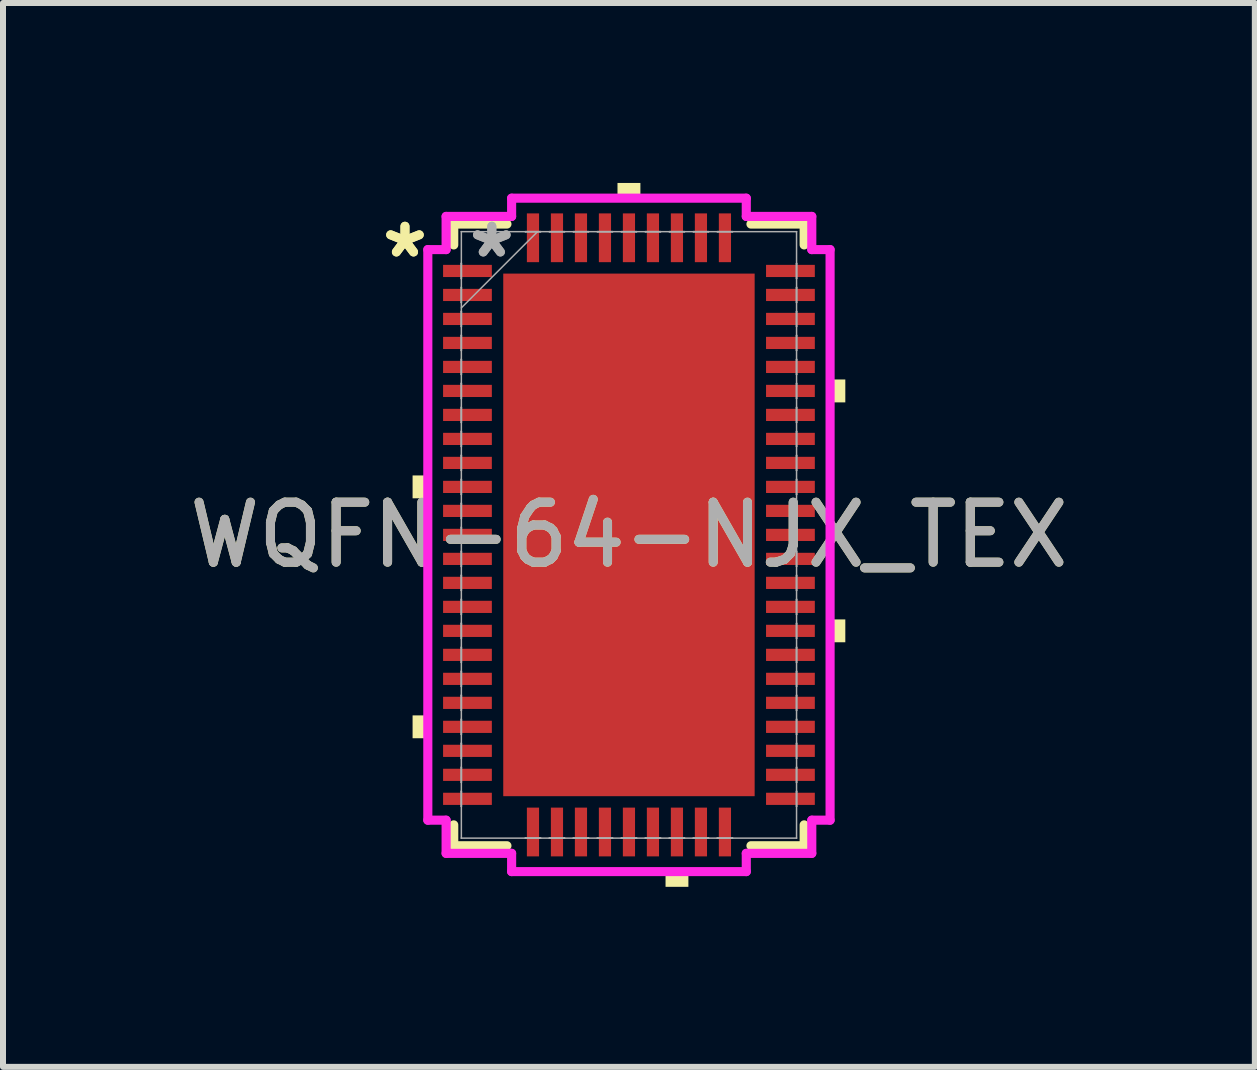
<source format=kicad_pcb>
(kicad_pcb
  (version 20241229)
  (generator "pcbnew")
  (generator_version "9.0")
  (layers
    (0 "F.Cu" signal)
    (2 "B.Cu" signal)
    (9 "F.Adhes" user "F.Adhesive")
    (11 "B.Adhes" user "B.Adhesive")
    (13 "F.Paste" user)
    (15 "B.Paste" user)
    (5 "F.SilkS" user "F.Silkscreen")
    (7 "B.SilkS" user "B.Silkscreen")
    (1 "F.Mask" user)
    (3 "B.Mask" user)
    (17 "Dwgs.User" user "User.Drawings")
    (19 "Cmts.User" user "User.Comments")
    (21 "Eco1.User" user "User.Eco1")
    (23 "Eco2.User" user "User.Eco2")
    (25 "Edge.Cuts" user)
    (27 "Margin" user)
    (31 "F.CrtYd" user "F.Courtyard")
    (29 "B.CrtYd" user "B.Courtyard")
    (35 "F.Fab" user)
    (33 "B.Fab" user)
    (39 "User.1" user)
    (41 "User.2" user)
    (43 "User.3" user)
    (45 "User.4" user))
  (footprint "WQFN-64-NJX_TEX"
    (layer "F.Cu")
    (at 7.435 5.867)
    (property "Reference" "WQFN-64-NJX_TEX" (at 0 0 0) (unlocked yes) (layer "F.SilkS") (effects (font (size 1 1) (thickness 0.15))))
    (attr smd)
    (fp_line (start -2.921 -5.182) (end -2.921 -4.834) (stroke (width 0.152) (type solid)) (layer "F.SilkS"))
    (fp_line (start -2.921 4.834) (end -2.921 5.182) (stroke (width 0.152) (type solid)) (layer "F.SilkS"))
    (fp_line (start -2.921 5.182) (end -2.034 5.182) (stroke (width 0.152) (type solid)) (layer "F.SilkS"))
    (fp_line (start -2.034 -5.182) (end -2.921 -5.182) (stroke (width 0.152) (type solid)) (layer "F.SilkS"))
    (fp_line (start 2.034 5.182) (end 2.921 5.182) (stroke (width 0.152) (type solid)) (layer "F.SilkS"))
    (fp_line (start 2.921 -5.182) (end 2.034 -5.182) (stroke (width 0.152) (type solid)) (layer "F.SilkS"))
    (fp_line (start 2.921 -4.834) (end 2.921 -5.182) (stroke (width 0.152) (type solid)) (layer "F.SilkS"))
    (fp_line (start 2.921 5.182) (end 2.921 4.834) (stroke (width 0.152) (type solid)) (layer "F.SilkS"))
    (fp_poly (pts (xy -3.607 -0.991) (xy -3.607 -0.61) (xy -3.353 -0.61) (xy -3.353 -0.991)) (stroke (width 0) (type solid)) (fill yes) (layer "F.SilkS"))
    (fp_poly (pts (xy -3.607 3.009) (xy -3.607 3.39) (xy -3.353 3.39) (xy -3.353 3.009)) (stroke (width 0) (type solid)) (fill yes) (layer "F.SilkS"))
    (fp_poly (pts (xy -0.191 -5.613) (xy -0.191 -5.867) (xy 0.191 -5.867) (xy 0.191 -5.613)) (stroke (width 0) (type solid)) (fill yes) (layer "F.SilkS"))
    (fp_poly (pts (xy 0.61 5.613) (xy 0.61 5.867) (xy 0.991 5.867) (xy 0.991 5.613)) (stroke (width 0) (type solid)) (fill yes) (layer "F.SilkS"))
    (fp_poly (pts (xy 3.607 -2.591) (xy 3.607 -2.209) (xy 3.353 -2.209) (xy 3.353 -2.591)) (stroke (width 0) (type solid)) (fill yes) (layer "F.SilkS"))
    (fp_poly (pts (xy 3.607 1.409) (xy 3.607 1.79) (xy 3.353 1.79) (xy 3.353 1.409)) (stroke (width 0) (type solid)) (fill yes) (layer "F.SilkS"))
    (fp_poly (pts (xy -1.996 -4.256) (xy -1.996 -3.004) (xy -0.798 -3.004) (xy -0.798 -4.256)) (stroke (width 0) (type solid)) (fill yes) (layer "F.Paste"))
    (fp_poly (pts (xy -1.996 -2.804) (xy -1.996 -1.552) (xy -0.798 -1.552) (xy -0.798 -2.804)) (stroke (width 0) (type solid)) (fill yes) (layer "F.Paste"))
    (fp_poly (pts (xy -1.996 -1.352) (xy -1.996 -0.1) (xy -0.798 -0.1) (xy -0.798 -1.352)) (stroke (width 0) (type solid)) (fill yes) (layer "F.Paste"))
    (fp_poly (pts (xy -1.996 0.1) (xy -1.996 1.352) (xy -0.798 1.352) (xy -0.798 0.1)) (stroke (width 0) (type solid)) (fill yes) (layer "F.Paste"))
    (fp_poly (pts (xy -1.996 1.552) (xy -1.996 2.804) (xy -0.798 2.804) (xy -0.798 1.552)) (stroke (width 0) (type solid)) (fill yes) (layer "F.Paste"))
    (fp_poly (pts (xy -1.996 3.004) (xy -1.996 4.256) (xy -0.798 4.256) (xy -0.798 3.004)) (stroke (width 0) (type solid)) (fill yes) (layer "F.Paste"))
    (fp_poly (pts (xy -0.599 -4.256) (xy -0.599 -3.004) (xy 0.599 -3.004) (xy 0.599 -4.256)) (stroke (width 0) (type solid)) (fill yes) (layer "F.Paste"))
    (fp_poly (pts (xy -0.599 -2.804) (xy -0.599 -1.552) (xy 0.599 -1.552) (xy 0.599 -2.804)) (stroke (width 0) (type solid)) (fill yes) (layer "F.Paste"))
    (fp_poly (pts (xy -0.599 -1.352) (xy -0.599 -0.1) (xy 0.599 -0.1) (xy 0.599 -1.352)) (stroke (width 0) (type solid)) (fill yes) (layer "F.Paste"))
    (fp_poly (pts (xy -0.599 0.1) (xy -0.599 1.352) (xy 0.599 1.352) (xy 0.599 0.1)) (stroke (width 0) (type solid)) (fill yes) (layer "F.Paste"))
    (fp_poly (pts (xy -0.599 1.552) (xy -0.599 2.804) (xy 0.599 2.804) (xy 0.599 1.552)) (stroke (width 0) (type solid)) (fill yes) (layer "F.Paste"))
    (fp_poly (pts (xy -0.599 3.004) (xy -0.599 4.256) (xy 0.599 4.256) (xy 0.599 3.004)) (stroke (width 0) (type solid)) (fill yes) (layer "F.Paste"))
    (fp_poly (pts (xy 0.798 -4.256) (xy 0.798 -3.004) (xy 1.996 -3.004) (xy 1.996 -4.256)) (stroke (width 0) (type solid)) (fill yes) (layer "F.Paste"))
    (fp_poly (pts (xy 0.798 -2.804) (xy 0.798 -1.552) (xy 1.996 -1.552) (xy 1.996 -2.804)) (stroke (width 0) (type solid)) (fill yes) (layer "F.Paste"))
    (fp_poly (pts (xy 0.798 -1.352) (xy 0.798 -0.1) (xy 1.996 -0.1) (xy 1.996 -1.352)) (stroke (width 0) (type solid)) (fill yes) (layer "F.Paste"))
    (fp_poly (pts (xy 0.798 0.1) (xy 0.798 1.352) (xy 1.996 1.352) (xy 1.996 0.1)) (stroke (width 0) (type solid)) (fill yes) (layer "F.Paste"))
    (fp_poly (pts (xy 0.798 1.552) (xy 0.798 2.804) (xy 1.996 2.804) (xy 1.996 1.552)) (stroke (width 0) (type solid)) (fill yes) (layer "F.Paste"))
    (fp_poly (pts (xy 0.798 3.004) (xy 0.798 4.256) (xy 1.996 4.256) (xy 1.996 3.004)) (stroke (width 0) (type solid)) (fill yes) (layer "F.Paste"))
    (fp_line (start -3.353 -4.756) (end -3.048 -4.756) (stroke (width 0.152) (type solid)) (layer "F.CrtYd"))
    (fp_line (start -3.353 4.756) (end -3.353 -4.756) (stroke (width 0.152) (type solid)) (layer "F.CrtYd"))
    (fp_line (start -3.048 -5.309) (end -1.956 -5.309) (stroke (width 0.152) (type solid)) (layer "F.CrtYd"))
    (fp_line (start -3.048 -4.756) (end -3.048 -5.309) (stroke (width 0.152) (type solid)) (layer "F.CrtYd"))
    (fp_line (start -3.048 4.756) (end -3.353 4.756) (stroke (width 0.152) (type solid)) (layer "F.CrtYd"))
    (fp_line (start -3.048 5.309) (end -3.048 4.756) (stroke (width 0.152) (type solid)) (layer "F.CrtYd"))
    (fp_line (start -1.956 -5.613) (end 1.956 -5.613) (stroke (width 0.152) (type solid)) (layer "F.CrtYd"))
    (fp_line (start -1.956 -5.309) (end -1.956 -5.613) (stroke (width 0.152) (type solid)) (layer "F.CrtYd"))
    (fp_line (start -1.956 5.309) (end -3.048 5.309) (stroke (width 0.152) (type solid)) (layer "F.CrtYd"))
    (fp_line (start -1.956 5.613) (end -1.956 5.309) (stroke (width 0.152) (type solid)) (layer "F.CrtYd"))
    (fp_line (start 1.956 -5.613) (end 1.956 -5.309) (stroke (width 0.152) (type solid)) (layer "F.CrtYd"))
    (fp_line (start 1.956 -5.309) (end 3.048 -5.309) (stroke (width 0.152) (type solid)) (layer "F.CrtYd"))
    (fp_line (start 1.956 5.309) (end 1.956 5.613) (stroke (width 0.152) (type solid)) (layer "F.CrtYd"))
    (fp_line (start 1.956 5.613) (end -1.956 5.613) (stroke (width 0.152) (type solid)) (layer "F.CrtYd"))
    (fp_line (start 3.048 -5.309) (end 3.048 -4.756) (stroke (width 0.152) (type solid)) (layer "F.CrtYd"))
    (fp_line (start 3.048 -4.756) (end 3.353 -4.756) (stroke (width 0.152) (type solid)) (layer "F.CrtYd"))
    (fp_line (start 3.048 4.756) (end 3.048 5.309) (stroke (width 0.152) (type solid)) (layer "F.CrtYd"))
    (fp_line (start 3.048 5.309) (end 1.956 5.309) (stroke (width 0.152) (type solid)) (layer "F.CrtYd"))
    (fp_line (start 3.353 -4.756) (end 3.353 4.756) (stroke (width 0.152) (type solid)) (layer "F.CrtYd"))
    (fp_line (start 3.353 4.756) (end 3.048 4.756) (stroke (width 0.152) (type solid)) (layer "F.CrtYd"))
    (fp_line (start -2.794 -5.055) (end -2.794 -5.055) (stroke (width 0.025) (type solid)) (layer "F.Fab"))
    (fp_line (start -2.794 -5.055) (end -2.794 5.055) (stroke (width 0.025) (type solid)) (layer "F.Fab"))
    (fp_line (start -2.794 -4.527) (end -2.794 -4.527) (stroke (width 0.025) (type solid)) (layer "F.Fab"))
    (fp_line (start -2.794 -4.527) (end -2.794 -4.273) (stroke (width 0.025) (type solid)) (layer "F.Fab"))
    (fp_line (start -2.794 -4.273) (end -2.794 -4.527) (stroke (width 0.025) (type solid)) (layer "F.Fab"))
    (fp_line (start -2.794 -4.273) (end -2.794 -4.273) (stroke (width 0.025) (type solid)) (layer "F.Fab"))
    (fp_line (start -2.794 -4.127) (end -2.794 -4.127) (stroke (width 0.025) (type solid)) (layer "F.Fab"))
    (fp_line (start -2.794 -4.127) (end -2.794 -3.873) (stroke (width 0.025) (type solid)) (layer "F.Fab"))
    (fp_line (start -2.794 -3.873) (end -2.794 -4.127) (stroke (width 0.025) (type solid)) (layer "F.Fab"))
    (fp_line (start -2.794 -3.873) (end -2.794 -3.873) (stroke (width 0.025) (type solid)) (layer "F.Fab"))
    (fp_line (start -2.794 -3.785) (end -1.524 -5.055) (stroke (width 0.025) (type solid)) (layer "F.Fab"))
    (fp_line (start -2.794 -3.727) (end -2.794 -3.727) (stroke (width 0.025) (type solid)) (layer "F.Fab"))
    (fp_line (start -2.794 -3.727) (end -2.794 -3.473) (stroke (width 0.025) (type solid)) (layer "F.Fab"))
    (fp_line (start -2.794 -3.473) (end -2.794 -3.727) (stroke (width 0.025) (type solid)) (layer "F.Fab"))
    (fp_line (start -2.794 -3.473) (end -2.794 -3.473) (stroke (width 0.025) (type solid)) (layer "F.Fab"))
    (fp_line (start -2.794 -3.327) (end -2.794 -3.327) (stroke (width 0.025) (type solid)) (layer "F.Fab"))
    (fp_line (start -2.794 -3.327) (end -2.794 -3.073) (stroke (width 0.025) (type solid)) (layer "F.Fab"))
    (fp_line (start -2.794 -3.073) (end -2.794 -3.327) (stroke (width 0.025) (type solid)) (layer "F.Fab"))
    (fp_line (start -2.794 -3.073) (end -2.794 -3.073) (stroke (width 0.025) (type solid)) (layer "F.Fab"))
    (fp_line (start -2.794 -2.927) (end -2.794 -2.927) (stroke (width 0.025) (type solid)) (layer "F.Fab"))
    (fp_line (start -2.794 -2.927) (end -2.794 -2.673) (stroke (width 0.025) (type solid)) (layer "F.Fab"))
    (fp_line (start -2.794 -2.673) (end -2.794 -2.927) (stroke (width 0.025) (type solid)) (layer "F.Fab"))
    (fp_line (start -2.794 -2.673) (end -2.794 -2.673) (stroke (width 0.025) (type solid)) (layer "F.Fab"))
    (fp_line (start -2.794 -2.527) (end -2.794 -2.527) (stroke (width 0.025) (type solid)) (layer "F.Fab"))
    (fp_line (start -2.794 -2.527) (end -2.794 -2.273) (stroke (width 0.025) (type solid)) (layer "F.Fab"))
    (fp_line (start -2.794 -2.273) (end -2.794 -2.527) (stroke (width 0.025) (type solid)) (layer "F.Fab"))
    (fp_line (start -2.794 -2.273) (end -2.794 -2.273) (stroke (width 0.025) (type solid)) (layer "F.Fab"))
    (fp_line (start -2.794 -2.127) (end -2.794 -2.127) (stroke (width 0.025) (type solid)) (layer "F.Fab"))
    (fp_line (start -2.794 -2.127) (end -2.794 -1.873) (stroke (width 0.025) (type solid)) (layer "F.Fab"))
    (fp_line (start -2.794 -1.873) (end -2.794 -2.127) (stroke (width 0.025) (type solid)) (layer "F.Fab"))
    (fp_line (start -2.794 -1.873) (end -2.794 -1.873) (stroke (width 0.025) (type solid)) (layer "F.Fab"))
    (fp_line (start -2.794 -1.727) (end -2.794 -1.727) (stroke (width 0.025) (type solid)) (layer "F.Fab"))
    (fp_line (start -2.794 -1.727) (end -2.794 -1.473) (stroke (width 0.025) (type solid)) (layer "F.Fab"))
    (fp_line (start -2.794 -1.473) (end -2.794 -1.727) (stroke (width 0.025) (type solid)) (layer "F.Fab"))
    (fp_line (start -2.794 -1.473) (end -2.794 -1.473) (stroke (width 0.025) (type solid)) (layer "F.Fab"))
    (fp_line (start -2.794 -1.327) (end -2.794 -1.327) (stroke (width 0.025) (type solid)) (layer "F.Fab"))
    (fp_line (start -2.794 -1.327) (end -2.794 -1.073) (stroke (width 0.025) (type solid)) (layer "F.Fab"))
    (fp_line (start -2.794 -1.073) (end -2.794 -1.327) (stroke (width 0.025) (type solid)) (layer "F.Fab"))
    (fp_line (start -2.794 -1.073) (end -2.794 -1.073) (stroke (width 0.025) (type solid)) (layer "F.Fab"))
    (fp_line (start -2.794 -0.927) (end -2.794 -0.927) (stroke (width 0.025) (type solid)) (layer "F.Fab"))
    (fp_line (start -2.794 -0.927) (end -2.794 -0.673) (stroke (width 0.025) (type solid)) (layer "F.Fab"))
    (fp_line (start -2.794 -0.673) (end -2.794 -0.927) (stroke (width 0.025) (type solid)) (layer "F.Fab"))
    (fp_line (start -2.794 -0.673) (end -2.794 -0.673) (stroke (width 0.025) (type solid)) (layer "F.Fab"))
    (fp_line (start -2.794 -0.527) (end -2.794 -0.527) (stroke (width 0.025) (type solid)) (layer "F.Fab"))
    (fp_line (start -2.794 -0.527) (end -2.794 -0.273) (stroke (width 0.025) (type solid)) (layer "F.Fab"))
    (fp_line (start -2.794 -0.273) (end -2.794 -0.527) (stroke (width 0.025) (type solid)) (layer "F.Fab"))
    (fp_line (start -2.794 -0.273) (end -2.794 -0.273) (stroke (width 0.025) (type solid)) (layer "F.Fab"))
    (fp_line (start -2.794 -0.127) (end -2.794 -0.127) (stroke (width 0.025) (type solid)) (layer "F.Fab"))
    (fp_line (start -2.794 -0.127) (end -2.794 0.127) (stroke (width 0.025) (type solid)) (layer "F.Fab"))
    (fp_line (start -2.794 0.127) (end -2.794 -0.127) (stroke (width 0.025) (type solid)) (layer "F.Fab"))
    (fp_line (start -2.794 0.127) (end -2.794 0.127) (stroke (width 0.025) (type solid)) (layer "F.Fab"))
    (fp_line (start -2.794 0.273) (end -2.794 0.273) (stroke (width 0.025) (type solid)) (layer "F.Fab"))
    (fp_line (start -2.794 0.273) (end -2.794 0.527) (stroke (width 0.025) (type solid)) (layer "F.Fab"))
    (fp_line (start -2.794 0.527) (end -2.794 0.273) (stroke (width 0.025) (type solid)) (layer "F.Fab"))
    (fp_line (start -2.794 0.527) (end -2.794 0.527) (stroke (width 0.025) (type solid)) (layer "F.Fab"))
    (fp_line (start -2.794 0.673) (end -2.794 0.673) (stroke (width 0.025) (type solid)) (layer "F.Fab"))
    (fp_line (start -2.794 0.673) (end -2.794 0.927) (stroke (width 0.025) (type solid)) (layer "F.Fab"))
    (fp_line (start -2.794 0.927) (end -2.794 0.673) (stroke (width 0.025) (type solid)) (layer "F.Fab"))
    (fp_line (start -2.794 0.927) (end -2.794 0.927) (stroke (width 0.025) (type solid)) (layer "F.Fab"))
    (fp_line (start -2.794 1.073) (end -2.794 1.073) (stroke (width 0.025) (type solid)) (layer "F.Fab"))
    (fp_line (start -2.794 1.073) (end -2.794 1.327) (stroke (width 0.025) (type solid)) (layer "F.Fab"))
    (fp_line (start -2.794 1.327) (end -2.794 1.073) (stroke (width 0.025) (type solid)) (layer "F.Fab"))
    (fp_line (start -2.794 1.327) (end -2.794 1.327) (stroke (width 0.025) (type solid)) (layer "F.Fab"))
    (fp_line (start -2.794 1.473) (end -2.794 1.473) (stroke (width 0.025) (type solid)) (layer "F.Fab"))
    (fp_line (start -2.794 1.473) (end -2.794 1.727) (stroke (width 0.025) (type solid)) (layer "F.Fab"))
    (fp_line (start -2.794 1.727) (end -2.794 1.473) (stroke (width 0.025) (type solid)) (layer "F.Fab"))
    (fp_line (start -2.794 1.727) (end -2.794 1.727) (stroke (width 0.025) (type solid)) (layer "F.Fab"))
    (fp_line (start -2.794 1.873) (end -2.794 1.873) (stroke (width 0.025) (type solid)) (layer "F.Fab"))
    (fp_line (start -2.794 1.873) (end -2.794 2.127) (stroke (width 0.025) (type solid)) (layer "F.Fab"))
    (fp_line (start -2.794 2.127) (end -2.794 1.873) (stroke (width 0.025) (type solid)) (layer "F.Fab"))
    (fp_line (start -2.794 2.127) (end -2.794 2.127) (stroke (width 0.025) (type solid)) (layer "F.Fab"))
    (fp_line (start -2.794 2.273) (end -2.794 2.273) (stroke (width 0.025) (type solid)) (layer "F.Fab"))
    (fp_line (start -2.794 2.273) (end -2.794 2.527) (stroke (width 0.025) (type solid)) (layer "F.Fab"))
    (fp_line (start -2.794 2.527) (end -2.794 2.273) (stroke (width 0.025) (type solid)) (layer "F.Fab"))
    (fp_line (start -2.794 2.527) (end -2.794 2.527) (stroke (width 0.025) (type solid)) (layer "F.Fab"))
    (fp_line (start -2.794 2.673) (end -2.794 2.673) (stroke (width 0.025) (type solid)) (layer "F.Fab"))
    (fp_line (start -2.794 2.673) (end -2.794 2.927) (stroke (width 0.025) (type solid)) (layer "F.Fab"))
    (fp_line (start -2.794 2.927) (end -2.794 2.673) (stroke (width 0.025) (type solid)) (layer "F.Fab"))
    (fp_line (start -2.794 2.927) (end -2.794 2.927) (stroke (width 0.025) (type solid)) (layer "F.Fab"))
    (fp_line (start -2.794 3.073) (end -2.794 3.073) (stroke (width 0.025) (type solid)) (layer "F.Fab"))
    (fp_line (start -2.794 3.073) (end -2.794 3.327) (stroke (width 0.025) (type solid)) (layer "F.Fab"))
    (fp_line (start -2.794 3.327) (end -2.794 3.073) (stroke (width 0.025) (type solid)) (layer "F.Fab"))
    (fp_line (start -2.794 3.327) (end -2.794 3.327) (stroke (width 0.025) (type solid)) (layer "F.Fab"))
    (fp_line (start -2.794 3.473) (end -2.794 3.473) (stroke (width 0.025) (type solid)) (layer "F.Fab"))
    (fp_line (start -2.794 3.473) (end -2.794 3.727) (stroke (width 0.025) (type solid)) (layer "F.Fab"))
    (fp_line (start -2.794 3.727) (end -2.794 3.473) (stroke (width 0.025) (type solid)) (layer "F.Fab"))
    (fp_line (start -2.794 3.727) (end -2.794 3.727) (stroke (width 0.025) (type solid)) (layer "F.Fab"))
    (fp_line (start -2.794 3.873) (end -2.794 3.873) (stroke (width 0.025) (type solid)) (layer "F.Fab"))
    (fp_line (start -2.794 3.873) (end -2.794 4.127) (stroke (width 0.025) (type solid)) (layer "F.Fab"))
    (fp_line (start -2.794 4.127) (end -2.794 3.873) (stroke (width 0.025) (type solid)) (layer "F.Fab"))
    (fp_line (start -2.794 4.127) (end -2.794 4.127) (stroke (width 0.025) (type solid)) (layer "F.Fab"))
    (fp_line (start -2.794 4.273) (end -2.794 4.273) (stroke (width 0.025) (type solid)) (layer "F.Fab"))
    (fp_line (start -2.794 4.273) (end -2.794 4.527) (stroke (width 0.025) (type solid)) (layer "F.Fab"))
    (fp_line (start -2.794 4.527) (end -2.794 4.273) (stroke (width 0.025) (type solid)) (layer "F.Fab"))
    (fp_line (start -2.794 4.527) (end -2.794 4.527) (stroke (width 0.025) (type solid)) (layer "F.Fab"))
    (fp_line (start -2.794 5.055) (end -2.794 5.055) (stroke (width 0.025) (type solid)) (layer "F.Fab"))
    (fp_line (start -2.794 5.055) (end 2.794 5.055) (stroke (width 0.025) (type solid)) (layer "F.Fab"))
    (fp_line (start -1.727 -5.055) (end -1.727 -5.055) (stroke (width 0.025) (type solid)) (layer "F.Fab"))
    (fp_line (start -1.727 -5.055) (end -1.473 -5.055) (stroke (width 0.025) (type solid)) (layer "F.Fab"))
    (fp_line (start -1.727 5.055) (end -1.727 5.055) (stroke (width 0.025) (type solid)) (layer "F.Fab"))
    (fp_line (start -1.727 5.055) (end -1.473 5.055) (stroke (width 0.025) (type solid)) (layer "F.Fab"))
    (fp_line (start -1.473 -5.055) (end -1.727 -5.055) (stroke (width 0.025) (type solid)) (layer "F.Fab"))
    (fp_line (start -1.473 -5.055) (end -1.473 -5.055) (stroke (width 0.025) (type solid)) (layer "F.Fab"))
    (fp_line (start -1.473 5.055) (end -1.727 5.055) (stroke (width 0.025) (type solid)) (layer "F.Fab"))
    (fp_line (start -1.473 5.055) (end -1.473 5.055) (stroke (width 0.025) (type solid)) (layer "F.Fab"))
    (fp_line (start -1.327 -5.055) (end -1.327 -5.055) (stroke (width 0.025) (type solid)) (layer "F.Fab"))
    (fp_line (start -1.327 -5.055) (end -1.073 -5.055) (stroke (width 0.025) (type solid)) (layer "F.Fab"))
    (fp_line (start -1.327 5.055) (end -1.327 5.055) (stroke (width 0.025) (type solid)) (layer "F.Fab"))
    (fp_line (start -1.327 5.055) (end -1.073 5.055) (stroke (width 0.025) (type solid)) (layer "F.Fab"))
    (fp_line (start -1.073 -5.055) (end -1.327 -5.055) (stroke (width 0.025) (type solid)) (layer "F.Fab"))
    (fp_line (start -1.073 -5.055) (end -1.073 -5.055) (stroke (width 0.025) (type solid)) (layer "F.Fab"))
    (fp_line (start -1.073 5.055) (end -1.327 5.055) (stroke (width 0.025) (type solid)) (layer "F.Fab"))
    (fp_line (start -1.073 5.055) (end -1.073 5.055) (stroke (width 0.025) (type solid)) (layer "F.Fab"))
    (fp_line (start -0.927 -5.055) (end -0.927 -5.055) (stroke (width 0.025) (type solid)) (layer "F.Fab"))
    (fp_line (start -0.927 -5.055) (end -0.673 -5.055) (stroke (width 0.025) (type solid)) (layer "F.Fab"))
    (fp_line (start -0.927 5.055) (end -0.927 5.055) (stroke (width 0.025) (type solid)) (layer "F.Fab"))
    (fp_line (start -0.927 5.055) (end -0.673 5.055) (stroke (width 0.025) (type solid)) (layer "F.Fab"))
    (fp_line (start -0.673 -5.055) (end -0.927 -5.055) (stroke (width 0.025) (type solid)) (layer "F.Fab"))
    (fp_line (start -0.673 -5.055) (end -0.673 -5.055) (stroke (width 0.025) (type solid)) (layer "F.Fab"))
    (fp_line (start -0.673 5.055) (end -0.927 5.055) (stroke (width 0.025) (type solid)) (layer "F.Fab"))
    (fp_line (start -0.673 5.055) (end -0.673 5.055) (stroke (width 0.025) (type solid)) (layer "F.Fab"))
    (fp_line (start -0.527 -5.055) (end -0.527 -5.055) (stroke (width 0.025) (type solid)) (layer "F.Fab"))
    (fp_line (start -0.527 -5.055) (end -0.273 -5.055) (stroke (width 0.025) (type solid)) (layer "F.Fab"))
    (fp_line (start -0.527 5.055) (end -0.527 5.055) (stroke (width 0.025) (type solid)) (layer "F.Fab"))
    (fp_line (start -0.527 5.055) (end -0.273 5.055) (stroke (width 0.025) (type solid)) (layer "F.Fab"))
    (fp_line (start -0.273 -5.055) (end -0.527 -5.055) (stroke (width 0.025) (type solid)) (layer "F.Fab"))
    (fp_line (start -0.273 -5.055) (end -0.273 -5.055) (stroke (width 0.025) (type solid)) (layer "F.Fab"))
    (fp_line (start -0.273 5.055) (end -0.527 5.055) (stroke (width 0.025) (type solid)) (layer "F.Fab"))
    (fp_line (start -0.273 5.055) (end -0.273 5.055) (stroke (width 0.025) (type solid)) (layer "F.Fab"))
    (fp_line (start -0.127 -5.055) (end -0.127 -5.055) (stroke (width 0.025) (type solid)) (layer "F.Fab"))
    (fp_line (start -0.127 -5.055) (end 0.127 -5.055) (stroke (width 0.025) (type solid)) (layer "F.Fab"))
    (fp_line (start -0.127 5.055) (end -0.127 5.055) (stroke (width 0.025) (type solid)) (layer "F.Fab"))
    (fp_line (start -0.127 5.055) (end 0.127 5.055) (stroke (width 0.025) (type solid)) (layer "F.Fab"))
    (fp_line (start 0.127 -5.055) (end -0.127 -5.055) (stroke (width 0.025) (type solid)) (layer "F.Fab"))
    (fp_line (start 0.127 -5.055) (end 0.127 -5.055) (stroke (width 0.025) (type solid)) (layer "F.Fab"))
    (fp_line (start 0.127 5.055) (end -0.127 5.055) (stroke (width 0.025) (type solid)) (layer "F.Fab"))
    (fp_line (start 0.127 5.055) (end 0.127 5.055) (stroke (width 0.025) (type solid)) (layer "F.Fab"))
    (fp_line (start 0.273 -5.055) (end 0.273 -5.055) (stroke (width 0.025) (type solid)) (layer "F.Fab"))
    (fp_line (start 0.273 -5.055) (end 0.527 -5.055) (stroke (width 0.025) (type solid)) (layer "F.Fab"))
    (fp_line (start 0.273 5.055) (end 0.273 5.055) (stroke (width 0.025) (type solid)) (layer "F.Fab"))
    (fp_line (start 0.273 5.055) (end 0.527 5.055) (stroke (width 0.025) (type solid)) (layer "F.Fab"))
    (fp_line (start 0.527 -5.055) (end 0.273 -5.055) (stroke (width 0.025) (type solid)) (layer "F.Fab"))
    (fp_line (start 0.527 -5.055) (end 0.527 -5.055) (stroke (width 0.025) (type solid)) (layer "F.Fab"))
    (fp_line (start 0.527 5.055) (end 0.273 5.055) (stroke (width 0.025) (type solid)) (layer "F.Fab"))
    (fp_line (start 0.527 5.055) (end 0.527 5.055) (stroke (width 0.025) (type solid)) (layer "F.Fab"))
    (fp_line (start 0.673 -5.055) (end 0.673 -5.055) (stroke (width 0.025) (type solid)) (layer "F.Fab"))
    (fp_line (start 0.673 -5.055) (end 0.927 -5.055) (stroke (width 0.025) (type solid)) (layer "F.Fab"))
    (fp_line (start 0.673 5.055) (end 0.673 5.055) (stroke (width 0.025) (type solid)) (layer "F.Fab"))
    (fp_line (start 0.673 5.055) (end 0.927 5.055) (stroke (width 0.025) (type solid)) (layer "F.Fab"))
    (fp_line (start 0.927 -5.055) (end 0.673 -5.055) (stroke (width 0.025) (type solid)) (layer "F.Fab"))
    (fp_line (start 0.927 -5.055) (end 0.927 -5.055) (stroke (width 0.025) (type solid)) (layer "F.Fab"))
    (fp_line (start 0.927 5.055) (end 0.673 5.055) (stroke (width 0.025) (type solid)) (layer "F.Fab"))
    (fp_line (start 0.927 5.055) (end 0.927 5.055) (stroke (width 0.025) (type solid)) (layer "F.Fab"))
    (fp_line (start 1.073 -5.055) (end 1.073 -5.055) (stroke (width 0.025) (type solid)) (layer "F.Fab"))
    (fp_line (start 1.073 -5.055) (end 1.327 -5.055) (stroke (width 0.025) (type solid)) (layer "F.Fab"))
    (fp_line (start 1.073 5.055) (end 1.073 5.055) (stroke (width 0.025) (type solid)) (layer "F.Fab"))
    (fp_line (start 1.073 5.055) (end 1.327 5.055) (stroke (width 0.025) (type solid)) (layer "F.Fab"))
    (fp_line (start 1.327 -5.055) (end 1.073 -5.055) (stroke (width 0.025) (type solid)) (layer "F.Fab"))
    (fp_line (start 1.327 -5.055) (end 1.327 -5.055) (stroke (width 0.025) (type solid)) (layer "F.Fab"))
    (fp_line (start 1.327 5.055) (end 1.073 5.055) (stroke (width 0.025) (type solid)) (layer "F.Fab"))
    (fp_line (start 1.327 5.055) (end 1.327 5.055) (stroke (width 0.025) (type solid)) (layer "F.Fab"))
    (fp_line (start 1.473 -5.055) (end 1.473 -5.055) (stroke (width 0.025) (type solid)) (layer "F.Fab"))
    (fp_line (start 1.473 -5.055) (end 1.727 -5.055) (stroke (width 0.025) (type solid)) (layer "F.Fab"))
    (fp_line (start 1.473 5.055) (end 1.473 5.055) (stroke (width 0.025) (type solid)) (layer "F.Fab"))
    (fp_line (start 1.473 5.055) (end 1.727 5.055) (stroke (width 0.025) (type solid)) (layer "F.Fab"))
    (fp_line (start 1.727 -5.055) (end 1.473 -5.055) (stroke (width 0.025) (type solid)) (layer "F.Fab"))
    (fp_line (start 1.727 -5.055) (end 1.727 -5.055) (stroke (width 0.025) (type solid)) (layer "F.Fab"))
    (fp_line (start 1.727 5.055) (end 1.473 5.055) (stroke (width 0.025) (type solid)) (layer "F.Fab"))
    (fp_line (start 1.727 5.055) (end 1.727 5.055) (stroke (width 0.025) (type solid)) (layer "F.Fab"))
    (fp_line (start 2.794 -5.055) (end -2.794 -5.055) (stroke (width 0.025) (type solid)) (layer "F.Fab"))
    (fp_line (start 2.794 -5.055) (end 2.794 -5.055) (stroke (width 0.025) (type solid)) (layer "F.Fab"))
    (fp_line (start 2.794 -4.527) (end 2.794 -4.527) (stroke (width 0.025) (type solid)) (layer "F.Fab"))
    (fp_line (start 2.794 -4.527) (end 2.794 -4.273) (stroke (width 0.025) (type solid)) (layer "F.Fab"))
    (fp_line (start 2.794 -4.273) (end 2.794 -4.527) (stroke (width 0.025) (type solid)) (layer "F.Fab"))
    (fp_line (start 2.794 -4.273) (end 2.794 -4.273) (stroke (width 0.025) (type solid)) (layer "F.Fab"))
    (fp_line (start 2.794 -4.127) (end 2.794 -4.127) (stroke (width 0.025) (type solid)) (layer "F.Fab"))
    (fp_line (start 2.794 -4.127) (end 2.794 -3.873) (stroke (width 0.025) (type solid)) (layer "F.Fab"))
    (fp_line (start 2.794 -3.873) (end 2.794 -4.127) (stroke (width 0.025) (type solid)) (layer "F.Fab"))
    (fp_line (start 2.794 -3.873) (end 2.794 -3.873) (stroke (width 0.025) (type solid)) (layer "F.Fab"))
    (fp_line (start 2.794 -3.727) (end 2.794 -3.727) (stroke (width 0.025) (type solid)) (layer "F.Fab"))
    (fp_line (start 2.794 -3.727) (end 2.794 -3.473) (stroke (width 0.025) (type solid)) (layer "F.Fab"))
    (fp_line (start 2.794 -3.473) (end 2.794 -3.727) (stroke (width 0.025) (type solid)) (layer "F.Fab"))
    (fp_line (start 2.794 -3.473) (end 2.794 -3.473) (stroke (width 0.025) (type solid)) (layer "F.Fab"))
    (fp_line (start 2.794 -3.327) (end 2.794 -3.327) (stroke (width 0.025) (type solid)) (layer "F.Fab"))
    (fp_line (start 2.794 -3.327) (end 2.794 -3.073) (stroke (width 0.025) (type solid)) (layer "F.Fab"))
    (fp_line (start 2.794 -3.073) (end 2.794 -3.327) (stroke (width 0.025) (type solid)) (layer "F.Fab"))
    (fp_line (start 2.794 -3.073) (end 2.794 -3.073) (stroke (width 0.025) (type solid)) (layer "F.Fab"))
    (fp_line (start 2.794 -2.927) (end 2.794 -2.927) (stroke (width 0.025) (type solid)) (layer "F.Fab"))
    (fp_line (start 2.794 -2.927) (end 2.794 -2.673) (stroke (width 0.025) (type solid)) (layer "F.Fab"))
    (fp_line (start 2.794 -2.673) (end 2.794 -2.927) (stroke (width 0.025) (type solid)) (layer "F.Fab"))
    (fp_line (start 2.794 -2.673) (end 2.794 -2.673) (stroke (width 0.025) (type solid)) (layer "F.Fab"))
    (fp_line (start 2.794 -2.527) (end 2.794 -2.527) (stroke (width 0.025) (type solid)) (layer "F.Fab"))
    (fp_line (start 2.794 -2.527) (end 2.794 -2.273) (stroke (width 0.025) (type solid)) (layer "F.Fab"))
    (fp_line (start 2.794 -2.273) (end 2.794 -2.527) (stroke (width 0.025) (type solid)) (layer "F.Fab"))
    (fp_line (start 2.794 -2.273) (end 2.794 -2.273) (stroke (width 0.025) (type solid)) (layer "F.Fab"))
    (fp_line (start 2.794 -2.127) (end 2.794 -2.127) (stroke (width 0.025) (type solid)) (layer "F.Fab"))
    (fp_line (start 2.794 -2.127) (end 2.794 -1.873) (stroke (width 0.025) (type solid)) (layer "F.Fab"))
    (fp_line (start 2.794 -1.873) (end 2.794 -2.127) (stroke (width 0.025) (type solid)) (layer "F.Fab"))
    (fp_line (start 2.794 -1.873) (end 2.794 -1.873) (stroke (width 0.025) (type solid)) (layer "F.Fab"))
    (fp_line (start 2.794 -1.727) (end 2.794 -1.727) (stroke (width 0.025) (type solid)) (layer "F.Fab"))
    (fp_line (start 2.794 -1.727) (end 2.794 -1.473) (stroke (width 0.025) (type solid)) (layer "F.Fab"))
    (fp_line (start 2.794 -1.473) (end 2.794 -1.727) (stroke (width 0.025) (type solid)) (layer "F.Fab"))
    (fp_line (start 2.794 -1.473) (end 2.794 -1.473) (stroke (width 0.025) (type solid)) (layer "F.Fab"))
    (fp_line (start 2.794 -1.327) (end 2.794 -1.327) (stroke (width 0.025) (type solid)) (layer "F.Fab"))
    (fp_line (start 2.794 -1.327) (end 2.794 -1.073) (stroke (width 0.025) (type solid)) (layer "F.Fab"))
    (fp_line (start 2.794 -1.073) (end 2.794 -1.327) (stroke (width 0.025) (type solid)) (layer "F.Fab"))
    (fp_line (start 2.794 -1.073) (end 2.794 -1.073) (stroke (width 0.025) (type solid)) (layer "F.Fab"))
    (fp_line (start 2.794 -0.927) (end 2.794 -0.927) (stroke (width 0.025) (type solid)) (layer "F.Fab"))
    (fp_line (start 2.794 -0.927) (end 2.794 -0.673) (stroke (width 0.025) (type solid)) (layer "F.Fab"))
    (fp_line (start 2.794 -0.673) (end 2.794 -0.927) (stroke (width 0.025) (type solid)) (layer "F.Fab"))
    (fp_line (start 2.794 -0.673) (end 2.794 -0.673) (stroke (width 0.025) (type solid)) (layer "F.Fab"))
    (fp_line (start 2.794 -0.527) (end 2.794 -0.527) (stroke (width 0.025) (type solid)) (layer "F.Fab"))
    (fp_line (start 2.794 -0.527) (end 2.794 -0.273) (stroke (width 0.025) (type solid)) (layer "F.Fab"))
    (fp_line (start 2.794 -0.273) (end 2.794 -0.527) (stroke (width 0.025) (type solid)) (layer "F.Fab"))
    (fp_line (start 2.794 -0.273) (end 2.794 -0.273) (stroke (width 0.025) (type solid)) (layer "F.Fab"))
    (fp_line (start 2.794 -0.127) (end 2.794 -0.127) (stroke (width 0.025) (type solid)) (layer "F.Fab"))
    (fp_line (start 2.794 -0.127) (end 2.794 0.127) (stroke (width 0.025) (type solid)) (layer "F.Fab"))
    (fp_line (start 2.794 0.127) (end 2.794 -0.127) (stroke (width 0.025) (type solid)) (layer "F.Fab"))
    (fp_line (start 2.794 0.127) (end 2.794 0.127) (stroke (width 0.025) (type solid)) (layer "F.Fab"))
    (fp_line (start 2.794 0.273) (end 2.794 0.273) (stroke (width 0.025) (type solid)) (layer "F.Fab"))
    (fp_line (start 2.794 0.273) (end 2.794 0.527) (stroke (width 0.025) (type solid)) (layer "F.Fab"))
    (fp_line (start 2.794 0.527) (end 2.794 0.273) (stroke (width 0.025) (type solid)) (layer "F.Fab"))
    (fp_line (start 2.794 0.527) (end 2.794 0.527) (stroke (width 0.025) (type solid)) (layer "F.Fab"))
    (fp_line (start 2.794 0.673) (end 2.794 0.673) (stroke (width 0.025) (type solid)) (layer "F.Fab"))
    (fp_line (start 2.794 0.673) (end 2.794 0.927) (stroke (width 0.025) (type solid)) (layer "F.Fab"))
    (fp_line (start 2.794 0.927) (end 2.794 0.673) (stroke (width 0.025) (type solid)) (layer "F.Fab"))
    (fp_line (start 2.794 0.927) (end 2.794 0.927) (stroke (width 0.025) (type solid)) (layer "F.Fab"))
    (fp_line (start 2.794 1.073) (end 2.794 1.073) (stroke (width 0.025) (type solid)) (layer "F.Fab"))
    (fp_line (start 2.794 1.073) (end 2.794 1.327) (stroke (width 0.025) (type solid)) (layer "F.Fab"))
    (fp_line (start 2.794 1.327) (end 2.794 1.073) (stroke (width 0.025) (type solid)) (layer "F.Fab"))
    (fp_line (start 2.794 1.327) (end 2.794 1.327) (stroke (width 0.025) (type solid)) (layer "F.Fab"))
    (fp_line (start 2.794 1.473) (end 2.794 1.473) (stroke (width 0.025) (type solid)) (layer "F.Fab"))
    (fp_line (start 2.794 1.473) (end 2.794 1.727) (stroke (width 0.025) (type solid)) (layer "F.Fab"))
    (fp_line (start 2.794 1.727) (end 2.794 1.473) (stroke (width 0.025) (type solid)) (layer "F.Fab"))
    (fp_line (start 2.794 1.727) (end 2.794 1.727) (stroke (width 0.025) (type solid)) (layer "F.Fab"))
    (fp_line (start 2.794 1.873) (end 2.794 1.873) (stroke (width 0.025) (type solid)) (layer "F.Fab"))
    (fp_line (start 2.794 1.873) (end 2.794 2.127) (stroke (width 0.025) (type solid)) (layer "F.Fab"))
    (fp_line (start 2.794 2.127) (end 2.794 1.873) (stroke (width 0.025) (type solid)) (layer "F.Fab"))
    (fp_line (start 2.794 2.127) (end 2.794 2.127) (stroke (width 0.025) (type solid)) (layer "F.Fab"))
    (fp_line (start 2.794 2.273) (end 2.794 2.273) (stroke (width 0.025) (type solid)) (layer "F.Fab"))
    (fp_line (start 2.794 2.273) (end 2.794 2.527) (stroke (width 0.025) (type solid)) (layer "F.Fab"))
    (fp_line (start 2.794 2.527) (end 2.794 2.273) (stroke (width 0.025) (type solid)) (layer "F.Fab"))
    (fp_line (start 2.794 2.527) (end 2.794 2.527) (stroke (width 0.025) (type solid)) (layer "F.Fab"))
    (fp_line (start 2.794 2.673) (end 2.794 2.673) (stroke (width 0.025) (type solid)) (layer "F.Fab"))
    (fp_line (start 2.794 2.673) (end 2.794 2.927) (stroke (width 0.025) (type solid)) (layer "F.Fab"))
    (fp_line (start 2.794 2.927) (end 2.794 2.673) (stroke (width 0.025) (type solid)) (layer "F.Fab"))
    (fp_line (start 2.794 2.927) (end 2.794 2.927) (stroke (width 0.025) (type solid)) (layer "F.Fab"))
    (fp_line (start 2.794 3.073) (end 2.794 3.073) (stroke (width 0.025) (type solid)) (layer "F.Fab"))
    (fp_line (start 2.794 3.073) (end 2.794 3.327) (stroke (width 0.025) (type solid)) (layer "F.Fab"))
    (fp_line (start 2.794 3.327) (end 2.794 3.073) (stroke (width 0.025) (type solid)) (layer "F.Fab"))
    (fp_line (start 2.794 3.327) (end 2.794 3.327) (stroke (width 0.025) (type solid)) (layer "F.Fab"))
    (fp_line (start 2.794 3.473) (end 2.794 3.473) (stroke (width 0.025) (type solid)) (layer "F.Fab"))
    (fp_line (start 2.794 3.473) (end 2.794 3.727) (stroke (width 0.025) (type solid)) (layer "F.Fab"))
    (fp_line (start 2.794 3.727) (end 2.794 3.473) (stroke (width 0.025) (type solid)) (layer "F.Fab"))
    (fp_line (start 2.794 3.727) (end 2.794 3.727) (stroke (width 0.025) (type solid)) (layer "F.Fab"))
    (fp_line (start 2.794 3.873) (end 2.794 3.873) (stroke (width 0.025) (type solid)) (layer "F.Fab"))
    (fp_line (start 2.794 3.873) (end 2.794 4.127) (stroke (width 0.025) (type solid)) (layer "F.Fab"))
    (fp_line (start 2.794 4.127) (end 2.794 3.873) (stroke (width 0.025) (type solid)) (layer "F.Fab"))
    (fp_line (start 2.794 4.127) (end 2.794 4.127) (stroke (width 0.025) (type solid)) (layer "F.Fab"))
    (fp_line (start 2.794 4.273) (end 2.794 4.273) (stroke (width 0.025) (type solid)) (layer "F.Fab"))
    (fp_line (start 2.794 4.273) (end 2.794 4.527) (stroke (width 0.025) (type solid)) (layer "F.Fab"))
    (fp_line (start 2.794 4.527) (end 2.794 4.273) (stroke (width 0.025) (type solid)) (layer "F.Fab"))
    (fp_line (start 2.794 4.527) (end 2.794 4.527) (stroke (width 0.025) (type solid)) (layer "F.Fab"))
    (fp_line (start 2.794 5.055) (end 2.794 -5.055) (stroke (width 0.025) (type solid)) (layer "F.Fab"))
    (fp_line (start 2.794 5.055) (end 2.794 5.055) (stroke (width 0.025) (type solid)) (layer "F.Fab"))
    (fp_text user "*" (at -3.734 -4.6 0) (layer "F.SilkS") (effects (font (size 1 1) (thickness 0.15))))
    (fp_text user "*" (at -3.734 -4.6 0) (unlocked yes) (layer "F.SilkS") (effects (font (size 1 1) (thickness 0.15))))
    (fp_text user "*" (at -2.286 -4.6 0) (unlocked yes) (layer "F.Fab") (effects (font (size 1 1) (thickness 0.15))))
    (fp_text user "*" (at -2.286 -4.6 0) (layer "F.Fab") (effects (font (size 1 1) (thickness 0.15))))
    (fp_text user "${REFERENCE}" (at 0 0 0) (unlocked yes) (layer "F.Fab") (effects (font (size 1 1) (thickness 0.15))))
    (pad "1" smd rect (at -2.692 -4.4 90) (size 0.203 0.813) (layers "F.Cu" "F.Mask" "F.Paste"))
    (pad "2" smd rect (at -2.692 -4 90) (size 0.203 0.813) (layers "F.Cu" "F.Mask" "F.Paste"))
    (pad "3" smd rect (at -2.692 -3.6 90) (size 0.203 0.813) (layers "F.Cu" "F.Mask" "F.Paste"))
    (pad "4" smd rect (at -2.692 -3.2 90) (size 0.203 0.813) (layers "F.Cu" "F.Mask" "F.Paste"))
    (pad "5" smd rect (at -2.692 -2.8 90) (size 0.203 0.813) (layers "F.Cu" "F.Mask" "F.Paste"))
    (pad "6" smd rect (at -2.692 -2.4 90) (size 0.203 0.813) (layers "F.Cu" "F.Mask" "F.Paste"))
    (pad "7" smd rect (at -2.692 -2 90) (size 0.203 0.813) (layers "F.Cu" "F.Mask" "F.Paste"))
    (pad "8" smd rect (at -2.692 -1.6 90) (size 0.203 0.813) (layers "F.Cu" "F.Mask" "F.Paste"))
    (pad "9" smd rect (at -2.692 -1.2 90) (size 0.203 0.813) (layers "F.Cu" "F.Mask" "F.Paste"))
    (pad "10" smd rect (at -2.692 -0.8 90) (size 0.203 0.813) (layers "F.Cu" "F.Mask" "F.Paste"))
    (pad "11" smd rect (at -2.692 -0.4 90) (size 0.203 0.813) (layers "F.Cu" "F.Mask" "F.Paste"))
    (pad "12" smd rect (at -2.692 0 90) (size 0.203 0.813) (layers "F.Cu" "F.Mask" "F.Paste"))
    (pad "13" smd rect (at -2.692 0.4 90) (size 0.203 0.813) (layers "F.Cu" "F.Mask" "F.Paste"))
    (pad "14" smd rect (at -2.692 0.8 90) (size 0.203 0.813) (layers "F.Cu" "F.Mask" "F.Paste"))
    (pad "15" smd rect (at -2.692 1.2 90) (size 0.203 0.813) (layers "F.Cu" "F.Mask" "F.Paste"))
    (pad "16" smd rect (at -2.692 1.6 90) (size 0.203 0.813) (layers "F.Cu" "F.Mask" "F.Paste"))
    (pad "17" smd rect (at -2.692 2 90) (size 0.203 0.813) (layers "F.Cu" "F.Mask" "F.Paste"))
    (pad "18" smd rect (at -2.692 2.4 90) (size 0.203 0.813) (layers "F.Cu" "F.Mask" "F.Paste"))
    (pad "19" smd rect (at -2.692 2.8 90) (size 0.203 0.813) (layers "F.Cu" "F.Mask" "F.Paste"))
    (pad "20" smd rect (at -2.692 3.2 90) (size 0.203 0.813) (layers "F.Cu" "F.Mask" "F.Paste"))
    (pad "21" smd rect (at -2.692 3.6 90) (size 0.203 0.813) (layers "F.Cu" "F.Mask" "F.Paste"))
    (pad "22" smd rect (at -2.692 4 90) (size 0.203 0.813) (layers "F.Cu" "F.Mask" "F.Paste"))
    (pad "23" smd rect (at -2.692 4.4 90) (size 0.203 0.813) (layers "F.Cu" "F.Mask" "F.Paste"))
    (pad "24" smd rect (at -1.6 4.953) (size 0.203 0.813) (layers "F.Cu" "F.Mask" "F.Paste"))
    (pad "25" smd rect (at -1.2 4.953) (size 0.203 0.813) (layers "F.Cu" "F.Mask" "F.Paste"))
    (pad "26" smd rect (at -0.8 4.953) (size 0.203 0.813) (layers "F.Cu" "F.Mask" "F.Paste"))
    (pad "27" smd rect (at -0.4 4.953) (size 0.203 0.813) (layers "F.Cu" "F.Mask" "F.Paste"))
    (pad "28" smd rect (at 0 4.953) (size 0.203 0.813) (layers "F.Cu" "F.Mask" "F.Paste"))
    (pad "29" smd rect (at 0.4 4.953) (size 0.203 0.813) (layers "F.Cu" "F.Mask" "F.Paste"))
    (pad "30" smd rect (at 0.8 4.953) (size 0.203 0.813) (layers "F.Cu" "F.Mask" "F.Paste"))
    (pad "31" smd rect (at 1.2 4.953) (size 0.203 0.813) (layers "F.Cu" "F.Mask" "F.Paste"))
    (pad "32" smd rect (at 1.6 4.953) (size 0.203 0.813) (layers "F.Cu" "F.Mask" "F.Paste"))
    (pad "33" smd rect (at 2.692 4.4 90) (size 0.203 0.813) (layers "F.Cu" "F.Mask" "F.Paste"))
    (pad "34" smd rect (at 2.692 4 90) (size 0.203 0.813) (layers "F.Cu" "F.Mask" "F.Paste"))
    (pad "35" smd rect (at 2.692 3.6 90) (size 0.203 0.813) (layers "F.Cu" "F.Mask" "F.Paste"))
    (pad "36" smd rect (at 2.692 3.2 90) (size 0.203 0.813) (layers "F.Cu" "F.Mask" "F.Paste"))
    (pad "37" smd rect (at 2.692 2.8 90) (size 0.203 0.813) (layers "F.Cu" "F.Mask" "F.Paste"))
    (pad "38" smd rect (at 2.692 2.4 90) (size 0.203 0.813) (layers "F.Cu" "F.Mask" "F.Paste"))
    (pad "39" smd rect (at 2.692 2 90) (size 0.203 0.813) (layers "F.Cu" "F.Mask" "F.Paste"))
    (pad "40" smd rect (at 2.692 1.6 90) (size 0.203 0.813) (layers "F.Cu" "F.Mask" "F.Paste"))
    (pad "41" smd rect (at 2.692 1.2 90) (size 0.203 0.813) (layers "F.Cu" "F.Mask" "F.Paste"))
    (pad "42" smd rect (at 2.692 0.8 90) (size 0.203 0.813) (layers "F.Cu" "F.Mask" "F.Paste"))
    (pad "43" smd rect (at 2.692 0.4 90) (size 0.203 0.813) (layers "F.Cu" "F.Mask" "F.Paste"))
    (pad "44" smd rect (at 2.692 0 90) (size 0.203 0.813) (layers "F.Cu" "F.Mask" "F.Paste"))
    (pad "45" smd rect (at 2.692 -0.4 90) (size 0.203 0.813) (layers "F.Cu" "F.Mask" "F.Paste"))
    (pad "46" smd rect (at 2.692 -0.8 90) (size 0.203 0.813) (layers "F.Cu" "F.Mask" "F.Paste"))
    (pad "47" smd rect (at 2.692 -1.2 90) (size 0.203 0.813) (layers "F.Cu" "F.Mask" "F.Paste"))
    (pad "48" smd rect (at 2.692 -1.6 90) (size 0.203 0.813) (layers "F.Cu" "F.Mask" "F.Paste"))
    (pad "49" smd rect (at 2.692 -2 90) (size 0.203 0.813) (layers "F.Cu" "F.Mask" "F.Paste"))
    (pad "50" smd rect (at 2.692 -2.4 90) (size 0.203 0.813) (layers "F.Cu" "F.Mask" "F.Paste"))
    (pad "51" smd rect (at 2.692 -2.8 90) (size 0.203 0.813) (layers "F.Cu" "F.Mask" "F.Paste"))
    (pad "52" smd rect (at 2.692 -3.2 90) (size 0.203 0.813) (layers "F.Cu" "F.Mask" "F.Paste"))
    (pad "53" smd rect (at 2.692 -3.6 90) (size 0.203 0.813) (layers "F.Cu" "F.Mask" "F.Paste"))
    (pad "54" smd rect (at 2.692 -4 90) (size 0.203 0.813) (layers "F.Cu" "F.Mask" "F.Paste"))
    (pad "55" smd rect (at 2.692 -4.4 90) (size 0.203 0.813) (layers "F.Cu" "F.Mask" "F.Paste"))
    (pad "56" smd rect (at 1.6 -4.953) (size 0.203 0.813) (layers "F.Cu" "F.Mask" "F.Paste"))
    (pad "57" smd rect (at 1.2 -4.953) (size 0.203 0.813) (layers "F.Cu" "F.Mask" "F.Paste"))
    (pad "58" smd rect (at 0.8 -4.953) (size 0.203 0.813) (layers "F.Cu" "F.Mask" "F.Paste"))
    (pad "59" smd rect (at 0.4 -4.953) (size 0.203 0.813) (layers "F.Cu" "F.Mask" "F.Paste"))
    (pad "60" smd rect (at 0 -4.953) (size 0.203 0.813) (layers "F.Cu" "F.Mask" "F.Paste"))
    (pad "61" smd rect (at -0.4 -4.953) (size 0.203 0.813) (layers "F.Cu" "F.Mask" "F.Paste"))
    (pad "62" smd rect (at -0.8 -4.953) (size 0.203 0.813) (layers "F.Cu" "F.Mask" "F.Paste"))
    (pad "63" smd rect (at -1.2 -4.953) (size 0.203 0.813) (layers "F.Cu" "F.Mask" "F.Paste"))
    (pad "64" smd rect (at -1.6 -4.953) (size 0.203 0.813) (layers "F.Cu" "F.Mask" "F.Paste"))
    (pad "65" smd rect (at 0 0) (size 4.191 8.712) (layers "F.Cu" "F.Mask" "F.Paste")))
  (gr_rect
    (start -3 -3)
    (end 17.869 14.735)
    (stroke (width 0.1) (type default))
    (fill no)
    (layer "Edge.Cuts")))
</source>
